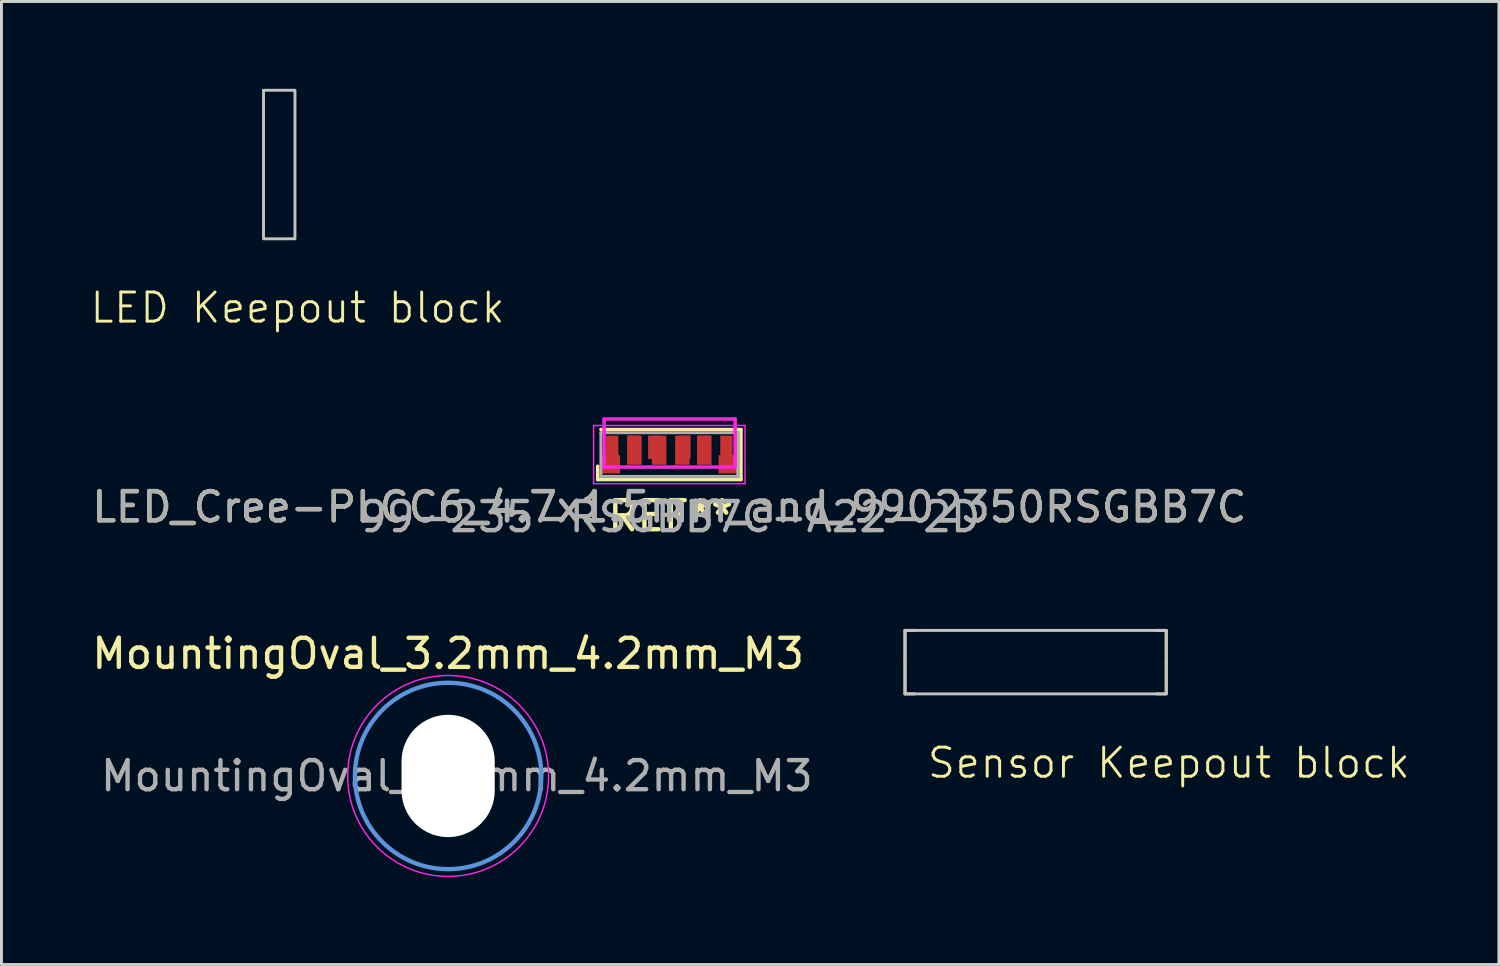
<source format=kicad_pcb>
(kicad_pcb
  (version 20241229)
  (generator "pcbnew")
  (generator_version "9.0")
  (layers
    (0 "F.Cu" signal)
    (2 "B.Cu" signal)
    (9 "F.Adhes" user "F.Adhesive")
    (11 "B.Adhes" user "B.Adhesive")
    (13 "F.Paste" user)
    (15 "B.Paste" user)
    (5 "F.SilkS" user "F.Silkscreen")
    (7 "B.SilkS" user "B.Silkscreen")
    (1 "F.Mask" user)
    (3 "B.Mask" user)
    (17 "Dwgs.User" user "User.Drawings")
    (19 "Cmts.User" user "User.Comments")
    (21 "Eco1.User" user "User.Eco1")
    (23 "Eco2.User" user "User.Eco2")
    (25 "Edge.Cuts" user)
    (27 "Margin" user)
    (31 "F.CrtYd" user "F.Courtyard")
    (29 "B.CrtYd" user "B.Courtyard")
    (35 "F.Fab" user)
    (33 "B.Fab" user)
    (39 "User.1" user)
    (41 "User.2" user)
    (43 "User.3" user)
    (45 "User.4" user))
  (footprint "Sensor Keepout block"
    (layer "F.Cu")
    (at 36.999 20.779)
    (property "Reference" "Sensor Keepout block" (at 0.09 2.37 0) (unlocked yes) (layer "F.SilkS") (effects (font (size 1 1) (thickness 0.1))))
    (fp_line (start -8.97 -2.18) (end -8.97 -1.2) (stroke (width 0.1) (type solid)) (layer "F.SilkS"))
    (fp_line (start -8.97 -2.18) (end -8.64 -2.18) (stroke (width 0.1) (type solid)) (layer "F.SilkS"))
    (fp_line (start -8.97 -1.2) (end -8.97 0) (stroke (width 0.1) (type solid)) (layer "F.SilkS"))
    (fp_line (start -8.97 0) (end -8.64 0) (stroke (width 0.1) (type solid)) (layer "F.SilkS"))
    (fp_line (start 0 -2.18) (end -0.33 -2.18) (stroke (width 0.1) (type solid)) (layer "F.SilkS"))
    (fp_line (start 0 -2.18) (end 0 -1.07) (stroke (width 0.1) (type solid)) (layer "F.SilkS"))
    (fp_line (start 0 -1.07) (end 0 -0.01) (stroke (width 0.1) (type solid)) (layer "F.SilkS"))
    (fp_line (start 0 0) (end -0.33 0) (stroke (width 0.1) (type solid)) (layer "F.SilkS"))
    (fp_rect (start 0 0) (end -8.97 -2.18) (stroke (width 0.1) (type solid)) (fill no) (layer "Dwgs.User")))
  (footprint "LED Keepout block"
    (layer "F.Cu")
    (at 7.079 5.15)
    (property "Reference" "LED Keepout block" (at 0.09 2.37 0) (unlocked yes) (layer "F.SilkS") (effects (font (size 1 1) (thickness 0.1))))
    (fp_rect (start 0 0) (end -1.08 -5.1) (stroke (width 0.1) (type solid)) (fill no) (layer "Dwgs.User")))
  (footprint "LED_Cree-PLCC6_4.7x1.5mm_and_9902350RSGBB7C"
    (layer "F.Cu")
    (at 19.935 12.56)
    (property "Reference" "LED_Cree-PLCC6_4.7x1.5mm_and_9902350RSGBB7C" (at 0 1.8 0) (layer "F.SilkS") (effects (font (size 1 1) (thickness 0.15))))
    (attr smd)
    (fp_line (start -2.46 0.4) (end -2.46 0.86) (stroke (width 0.12) (type solid)) (layer "F.SilkS"))
    (fp_line (start -2.46 0.86) (end 2.46 0.86) (stroke (width 0.12) (type solid)) (layer "F.SilkS"))
    (fp_line (start -2.35 -0.86) (end 2.46 -0.86) (stroke (width 0.12) (type solid)) (layer "F.SilkS"))
    (fp_line (start 2.46 -0.86) (end 2.46 0.86) (stroke (width 0.12) (type solid)) (layer "F.SilkS"))
    (fp_line (start -2.6 -1) (end -2.6 1) (stroke (width 0.05) (type solid)) (layer "F.CrtYd"))
    (fp_line (start -2.6 -1) (end 2.6 -1) (stroke (width 0.05) (type solid)) (layer "F.CrtYd"))
    (fp_line (start -2.24 0.43) (end -2.24 -1.22) (stroke (width 0.12) (type solid)) (layer "F.CrtYd"))
    (fp_line (start 2.26 -1.22) (end -2.24 -1.22) (stroke (width 0.12) (type solid)) (layer "F.CrtYd"))
    (fp_line (start 2.26 0.43) (end -2.24 0.43) (stroke (width 0.12) (type solid)) (layer "F.CrtYd"))
    (fp_line (start 2.26 0.43) (end 2.26 -1.22) (stroke (width 0.12) (type solid)) (layer "F.CrtYd"))
    (fp_line (start 2.6 -1) (end 2.6 1) (stroke (width 0.05) (type solid)) (layer "F.CrtYd"))
    (fp_line (start 2.6 1) (end -2.6 1) (stroke (width 0.05) (type solid)) (layer "F.CrtYd"))
    (fp_line (start -2.35 -0.75) (end -2.35 0.75) (stroke (width 0.1) (type solid)) (layer "F.Fab"))
    (fp_line (start -2.35 -0.75) (end 2.35 -0.75) (stroke (width 0.1) (type solid)) (layer "F.Fab"))
    (fp_line (start -2.35 0.75) (end 2.35 0.75) (stroke (width 0.1) (type solid)) (layer "F.Fab"))
    (fp_line (start 2.35 -0.75) (end 2.35 0.75) (stroke (width 0.1) (type solid)) (layer "F.Fab"))
    (fp_text user "REF**" (at 0.05 2.11 180) (layer "F.SilkS") (effects (font (size 1 1) (thickness 0.15))))
    (fp_text user "${REFERENCE}" (at 0 1.8 0) (layer "F.Fab") (effects (font (size 1 1) (thickness 0.15))))
    (fp_text user "99-235-RSGBB7C-A22-2D" (at 0.01 2.14 180) (layer "F.Fab") (effects (font (size 1 1) (thickness 0.15))))
    (pad "1" smd rect (at -2.02 0.335) (size 0.66 0.63) (layers "F.Cu" "F.Mask" "F.Paste"))
    (pad "1" smd rect (at 1.96 -0.15 180) (size 0.42 1) (layers "F.Cu" "F.Mask" "F.Paste"))
    (pad "2" smd rect (at -1.21 -0.25) (size 0.4 0.8) (layers "F.Cu" "F.Mask" "F.Paste"))
    (pad "2" smd rect (at 1.2 -0.15 180) (size 0.5 1) (layers "F.Cu" "F.Mask" "F.Paste"))
    (pad "3" smd rect (at -0.53 -0.25) (size 0.4 0.8) (layers "F.Cu" "F.Mask" "F.Paste"))
    (pad "3" smd rect (at 0.45 -0.15 180) (size 0.5 1) (layers "F.Cu" "F.Mask" "F.Paste"))
    (pad "4" smd rect (at -0.35 -0.15 180) (size 0.5 1) (layers "F.Cu" "F.Mask" "F.Paste"))
    (pad "4" smd rect (at 0.53 -0.25) (size 0.4 0.8) (layers "F.Cu" "F.Mask" "F.Paste"))
    (pad "5" smd rect (at -1.2 -0.15 180) (size 0.5 1) (layers "F.Cu" "F.Mask" "F.Paste"))
    (pad "5" smd rect (at 1.21 -0.25) (size 0.4 0.8) (layers "F.Cu" "F.Mask" "F.Paste"))
    (pad "6" smd rect (at -1.96 -0.15 180) (size 0.42 1) (layers "F.Cu" "F.Mask" "F.Paste"))
    (pad "6" smd rect (at 2.02 0.335) (size 0.66 0.63) (layers "F.Cu" "F.Mask" "F.Paste")))
  (footprint "MountingOval_3.2mm_4.2mm_M3"
    (layer "F.Cu")
    (at 12.339 23.597)
    (property "Reference" "MountingOval_3.2mm_4.2mm_M3" (at 0 -4.2 0) (layer "F.SilkS") (effects (font (size 1 1) (thickness 0.15))))
    (attr exclude_from_pos_files exclude_from_bom)
    (fp_circle (center 0 0) (end 3.2 0) (stroke (width 0.15) (type solid)) (fill no) (layer "Cmts.User"))
    (fp_circle (center 0 0) (end 3.45 0) (stroke (width 0.05) (type solid)) (fill no) (layer "F.CrtYd"))
    (fp_text user "${REFERENCE}" (at 0.3 0 0) (layer "F.Fab") (effects (font (size 1 1) (thickness 0.15))))
    (pad "" np_thru_hole oval (at 0 0) (size 3.2 4.2) (drill oval 3.2 4.2) (layers "*.Cu" "*.Mask")))
  (gr_rect
    (start -3 -3)
    (end 48.424 30.072)
    (stroke (width 0.1) (type default))
    (fill no)
    (layer "Edge.Cuts")))
</source>
